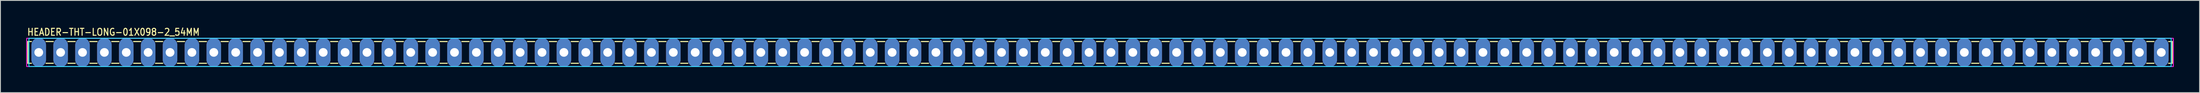
<source format=kicad_pcb>
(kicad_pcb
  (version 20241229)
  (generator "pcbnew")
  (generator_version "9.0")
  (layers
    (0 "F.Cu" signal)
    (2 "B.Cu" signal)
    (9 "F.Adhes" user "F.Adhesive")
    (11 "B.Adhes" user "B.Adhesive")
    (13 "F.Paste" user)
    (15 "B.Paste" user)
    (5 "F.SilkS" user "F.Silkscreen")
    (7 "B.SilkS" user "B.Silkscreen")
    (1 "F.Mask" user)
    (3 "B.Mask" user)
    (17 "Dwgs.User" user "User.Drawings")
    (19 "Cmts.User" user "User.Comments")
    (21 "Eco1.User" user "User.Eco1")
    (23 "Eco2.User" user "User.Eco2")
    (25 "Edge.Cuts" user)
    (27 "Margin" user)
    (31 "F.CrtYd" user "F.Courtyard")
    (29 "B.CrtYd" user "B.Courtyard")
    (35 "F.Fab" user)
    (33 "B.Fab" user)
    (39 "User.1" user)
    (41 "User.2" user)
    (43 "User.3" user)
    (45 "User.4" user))
  (footprint "HEADER-THT-LONG-01X098-2_54MM"
    (layer "F.Cu")
    (at 1.447 3.079)
    (property "Reference" "HEADER-THT-LONG-01X098-2_54MM" (at -1.4 -1.9 0) (unlocked yes) (layer "F.SilkS") (effects (font (size 0.813 0.695) (thickness 0.122)) (justify left bottom)))
    (fp_line (start -1.27 -1.27) (end -1.27 1.27) (stroke (width 0.127) (type solid)) (layer "F.SilkS"))
    (fp_line (start -1.27 1.27) (end -0.85 1.27) (stroke (width 0.127) (type solid)) (layer "F.SilkS"))
    (fp_line (start -0.85 -1.27) (end -1.27 -1.27) (stroke (width 0.127) (type solid)) (layer "F.SilkS"))
    (fp_line (start 0.85 -1.27) (end 1.69 -1.27) (stroke (width 0.127) (type solid)) (layer "F.SilkS"))
    (fp_line (start 0.85 1.27) (end 1.69 1.27) (stroke (width 0.127) (type solid)) (layer "F.SilkS"))
    (fp_line (start 3.39 -1.27) (end 4.23 -1.27) (stroke (width 0.127) (type solid)) (layer "F.SilkS"))
    (fp_line (start 3.39 1.27) (end 4.23 1.27) (stroke (width 0.127) (type solid)) (layer "F.SilkS"))
    (fp_line (start 5.93 -1.27) (end 6.77 -1.27) (stroke (width 0.127) (type solid)) (layer "F.SilkS"))
    (fp_line (start 5.93 1.27) (end 6.77 1.27) (stroke (width 0.127) (type solid)) (layer "F.SilkS"))
    (fp_line (start 8.47 -1.27) (end 9.31 -1.27) (stroke (width 0.127) (type solid)) (layer "F.SilkS"))
    (fp_line (start 8.47 1.27) (end 9.31 1.27) (stroke (width 0.127) (type solid)) (layer "F.SilkS"))
    (fp_line (start 11.01 -1.27) (end 11.85 -1.27) (stroke (width 0.127) (type solid)) (layer "F.SilkS"))
    (fp_line (start 11.01 1.27) (end 11.85 1.27) (stroke (width 0.127) (type solid)) (layer "F.SilkS"))
    (fp_line (start 13.55 -1.27) (end 14.39 -1.27) (stroke (width 0.127) (type solid)) (layer "F.SilkS"))
    (fp_line (start 13.55 1.27) (end 14.39 1.27) (stroke (width 0.127) (type solid)) (layer "F.SilkS"))
    (fp_line (start 16.09 -1.27) (end 16.93 -1.27) (stroke (width 0.127) (type solid)) (layer "F.SilkS"))
    (fp_line (start 16.09 1.27) (end 16.93 1.27) (stroke (width 0.127) (type solid)) (layer "F.SilkS"))
    (fp_line (start 18.63 -1.27) (end 19.47 -1.27) (stroke (width 0.127) (type solid)) (layer "F.SilkS"))
    (fp_line (start 18.63 1.27) (end 19.47 1.27) (stroke (width 0.127) (type solid)) (layer "F.SilkS"))
    (fp_line (start 21.17 -1.27) (end 22.01 -1.27) (stroke (width 0.127) (type solid)) (layer "F.SilkS"))
    (fp_line (start 21.17 1.27) (end 22.01 1.27) (stroke (width 0.127) (type solid)) (layer "F.SilkS"))
    (fp_line (start 23.71 -1.27) (end 24.55 -1.27) (stroke (width 0.127) (type solid)) (layer "F.SilkS"))
    (fp_line (start 23.71 1.27) (end 24.55 1.27) (stroke (width 0.127) (type solid)) (layer "F.SilkS"))
    (fp_line (start 26.25 -1.27) (end 27.09 -1.27) (stroke (width 0.127) (type solid)) (layer "F.SilkS"))
    (fp_line (start 26.25 1.27) (end 27.09 1.27) (stroke (width 0.127) (type solid)) (layer "F.SilkS"))
    (fp_line (start 28.79 -1.27) (end 29.63 -1.27) (stroke (width 0.127) (type solid)) (layer "F.SilkS"))
    (fp_line (start 28.79 1.27) (end 29.63 1.27) (stroke (width 0.127) (type solid)) (layer "F.SilkS"))
    (fp_line (start 31.33 -1.27) (end 32.17 -1.27) (stroke (width 0.127) (type solid)) (layer "F.SilkS"))
    (fp_line (start 31.33 1.27) (end 32.17 1.27) (stroke (width 0.127) (type solid)) (layer "F.SilkS"))
    (fp_line (start 33.87 -1.27) (end 34.71 -1.27) (stroke (width 0.127) (type solid)) (layer "F.SilkS"))
    (fp_line (start 33.87 1.27) (end 34.71 1.27) (stroke (width 0.127) (type solid)) (layer "F.SilkS"))
    (fp_line (start 36.41 -1.27) (end 37.25 -1.27) (stroke (width 0.127) (type solid)) (layer "F.SilkS"))
    (fp_line (start 36.41 1.27) (end 37.25 1.27) (stroke (width 0.127) (type solid)) (layer "F.SilkS"))
    (fp_line (start 38.95 -1.27) (end 39.79 -1.27) (stroke (width 0.127) (type solid)) (layer "F.SilkS"))
    (fp_line (start 38.95 1.27) (end 39.79 1.27) (stroke (width 0.127) (type solid)) (layer "F.SilkS"))
    (fp_line (start 41.49 -1.27) (end 42.33 -1.27) (stroke (width 0.127) (type solid)) (layer "F.SilkS"))
    (fp_line (start 41.49 1.27) (end 42.33 1.27) (stroke (width 0.127) (type solid)) (layer "F.SilkS"))
    (fp_line (start 44.03 -1.27) (end 44.87 -1.27) (stroke (width 0.127) (type solid)) (layer "F.SilkS"))
    (fp_line (start 44.03 1.27) (end 44.87 1.27) (stroke (width 0.127) (type solid)) (layer "F.SilkS"))
    (fp_line (start 46.57 -1.27) (end 47.41 -1.27) (stroke (width 0.127) (type solid)) (layer "F.SilkS"))
    (fp_line (start 46.57 1.27) (end 47.41 1.27) (stroke (width 0.127) (type solid)) (layer "F.SilkS"))
    (fp_line (start 49.11 -1.27) (end 49.95 -1.27) (stroke (width 0.127) (type solid)) (layer "F.SilkS"))
    (fp_line (start 49.11 1.27) (end 49.95 1.27) (stroke (width 0.127) (type solid)) (layer "F.SilkS"))
    (fp_line (start 51.65 -1.27) (end 52.49 -1.27) (stroke (width 0.127) (type solid)) (layer "F.SilkS"))
    (fp_line (start 51.65 1.27) (end 52.49 1.27) (stroke (width 0.127) (type solid)) (layer "F.SilkS"))
    (fp_line (start 54.19 -1.27) (end 55.03 -1.27) (stroke (width 0.127) (type solid)) (layer "F.SilkS"))
    (fp_line (start 54.19 1.27) (end 55.03 1.27) (stroke (width 0.127) (type solid)) (layer "F.SilkS"))
    (fp_line (start 56.73 -1.27) (end 57.57 -1.27) (stroke (width 0.127) (type solid)) (layer "F.SilkS"))
    (fp_line (start 56.73 1.27) (end 57.57 1.27) (stroke (width 0.127) (type solid)) (layer "F.SilkS"))
    (fp_line (start 59.27 -1.27) (end 60.11 -1.27) (stroke (width 0.127) (type solid)) (layer "F.SilkS"))
    (fp_line (start 59.27 1.27) (end 60.11 1.27) (stroke (width 0.127) (type solid)) (layer "F.SilkS"))
    (fp_line (start 61.81 -1.27) (end 62.65 -1.27) (stroke (width 0.127) (type solid)) (layer "F.SilkS"))
    (fp_line (start 61.81 1.27) (end 62.65 1.27) (stroke (width 0.127) (type solid)) (layer "F.SilkS"))
    (fp_line (start 64.35 -1.27) (end 65.19 -1.27) (stroke (width 0.127) (type solid)) (layer "F.SilkS"))
    (fp_line (start 64.35 1.27) (end 65.19 1.27) (stroke (width 0.127) (type solid)) (layer "F.SilkS"))
    (fp_line (start 66.89 -1.27) (end 67.73 -1.27) (stroke (width 0.127) (type solid)) (layer "F.SilkS"))
    (fp_line (start 66.89 1.27) (end 67.73 1.27) (stroke (width 0.127) (type solid)) (layer "F.SilkS"))
    (fp_line (start 69.43 -1.27) (end 70.27 -1.27) (stroke (width 0.127) (type solid)) (layer "F.SilkS"))
    (fp_line (start 69.43 1.27) (end 70.27 1.27) (stroke (width 0.127) (type solid)) (layer "F.SilkS"))
    (fp_line (start 71.97 -1.27) (end 72.81 -1.27) (stroke (width 0.127) (type solid)) (layer "F.SilkS"))
    (fp_line (start 71.97 1.27) (end 72.81 1.27) (stroke (width 0.127) (type solid)) (layer "F.SilkS"))
    (fp_line (start 74.51 -1.27) (end 75.35 -1.27) (stroke (width 0.127) (type solid)) (layer "F.SilkS"))
    (fp_line (start 74.51 1.27) (end 75.35 1.27) (stroke (width 0.127) (type solid)) (layer "F.SilkS"))
    (fp_line (start 77.05 -1.27) (end 77.89 -1.27) (stroke (width 0.127) (type solid)) (layer "F.SilkS"))
    (fp_line (start 77.05 1.27) (end 77.89 1.27) (stroke (width 0.127) (type solid)) (layer "F.SilkS"))
    (fp_line (start 79.59 -1.27) (end 80.43 -1.27) (stroke (width 0.127) (type solid)) (layer "F.SilkS"))
    (fp_line (start 79.59 1.27) (end 80.43 1.27) (stroke (width 0.127) (type solid)) (layer "F.SilkS"))
    (fp_line (start 82.13 -1.27) (end 82.97 -1.27) (stroke (width 0.127) (type solid)) (layer "F.SilkS"))
    (fp_line (start 82.13 1.27) (end 82.97 1.27) (stroke (width 0.127) (type solid)) (layer "F.SilkS"))
    (fp_line (start 84.67 -1.27) (end 85.51 -1.27) (stroke (width 0.127) (type solid)) (layer "F.SilkS"))
    (fp_line (start 84.67 1.27) (end 85.51 1.27) (stroke (width 0.127) (type solid)) (layer "F.SilkS"))
    (fp_line (start 87.21 -1.27) (end 88.05 -1.27) (stroke (width 0.127) (type solid)) (layer "F.SilkS"))
    (fp_line (start 87.21 1.27) (end 88.05 1.27) (stroke (width 0.127) (type solid)) (layer "F.SilkS"))
    (fp_line (start 89.75 -1.27) (end 90.59 -1.27) (stroke (width 0.127) (type solid)) (layer "F.SilkS"))
    (fp_line (start 89.75 1.27) (end 90.59 1.27) (stroke (width 0.127) (type solid)) (layer "F.SilkS"))
    (fp_line (start 92.29 -1.27) (end 93.13 -1.27) (stroke (width 0.127) (type solid)) (layer "F.SilkS"))
    (fp_line (start 92.29 1.27) (end 93.13 1.27) (stroke (width 0.127) (type solid)) (layer "F.SilkS"))
    (fp_line (start 94.83 -1.27) (end 95.67 -1.27) (stroke (width 0.127) (type solid)) (layer "F.SilkS"))
    (fp_line (start 94.83 1.27) (end 95.67 1.27) (stroke (width 0.127) (type solid)) (layer "F.SilkS"))
    (fp_line (start 97.37 -1.27) (end 98.21 -1.27) (stroke (width 0.127) (type solid)) (layer "F.SilkS"))
    (fp_line (start 97.37 1.27) (end 98.21 1.27) (stroke (width 0.127) (type solid)) (layer "F.SilkS"))
    (fp_line (start 99.91 -1.27) (end 100.75 -1.27) (stroke (width 0.127) (type solid)) (layer "F.SilkS"))
    (fp_line (start 99.91 1.27) (end 100.75 1.27) (stroke (width 0.127) (type solid)) (layer "F.SilkS"))
    (fp_line (start 102.45 -1.27) (end 103.29 -1.27) (stroke (width 0.127) (type solid)) (layer "F.SilkS"))
    (fp_line (start 102.45 1.27) (end 103.29 1.27) (stroke (width 0.127) (type solid)) (layer "F.SilkS"))
    (fp_line (start 104.99 -1.27) (end 105.83 -1.27) (stroke (width 0.127) (type solid)) (layer "F.SilkS"))
    (fp_line (start 104.99 1.27) (end 105.83 1.27) (stroke (width 0.127) (type solid)) (layer "F.SilkS"))
    (fp_line (start 107.53 -1.27) (end 108.37 -1.27) (stroke (width 0.127) (type solid)) (layer "F.SilkS"))
    (fp_line (start 107.53 1.27) (end 108.37 1.27) (stroke (width 0.127) (type solid)) (layer "F.SilkS"))
    (fp_line (start 110.07 -1.27) (end 110.91 -1.27) (stroke (width 0.127) (type solid)) (layer "F.SilkS"))
    (fp_line (start 110.07 1.27) (end 110.91 1.27) (stroke (width 0.127) (type solid)) (layer "F.SilkS"))
    (fp_line (start 112.61 -1.27) (end 113.45 -1.27) (stroke (width 0.127) (type solid)) (layer "F.SilkS"))
    (fp_line (start 112.61 1.27) (end 113.45 1.27) (stroke (width 0.127) (type solid)) (layer "F.SilkS"))
    (fp_line (start 115.15 -1.27) (end 115.99 -1.27) (stroke (width 0.127) (type solid)) (layer "F.SilkS"))
    (fp_line (start 115.15 1.27) (end 115.99 1.27) (stroke (width 0.127) (type solid)) (layer "F.SilkS"))
    (fp_line (start 117.69 -1.27) (end 118.53 -1.27) (stroke (width 0.127) (type solid)) (layer "F.SilkS"))
    (fp_line (start 117.69 1.27) (end 118.53 1.27) (stroke (width 0.127) (type solid)) (layer "F.SilkS"))
    (fp_line (start 120.23 -1.27) (end 121.07 -1.27) (stroke (width 0.127) (type solid)) (layer "F.SilkS"))
    (fp_line (start 120.23 1.27) (end 121.07 1.27) (stroke (width 0.127) (type solid)) (layer "F.SilkS"))
    (fp_line (start 122.77 -1.27) (end 123.61 -1.27) (stroke (width 0.127) (type solid)) (layer "F.SilkS"))
    (fp_line (start 122.77 1.27) (end 123.61 1.27) (stroke (width 0.127) (type solid)) (layer "F.SilkS"))
    (fp_line (start 125.31 -1.27) (end 126.15 -1.27) (stroke (width 0.127) (type solid)) (layer "F.SilkS"))
    (fp_line (start 125.31 1.27) (end 126.15 1.27) (stroke (width 0.127) (type solid)) (layer "F.SilkS"))
    (fp_line (start 127.85 -1.27) (end 128.69 -1.27) (stroke (width 0.127) (type solid)) (layer "F.SilkS"))
    (fp_line (start 127.85 1.27) (end 128.69 1.27) (stroke (width 0.127) (type solid)) (layer "F.SilkS"))
    (fp_line (start 130.39 -1.27) (end 131.23 -1.27) (stroke (width 0.127) (type solid)) (layer "F.SilkS"))
    (fp_line (start 130.39 1.27) (end 131.23 1.27) (stroke (width 0.127) (type solid)) (layer "F.SilkS"))
    (fp_line (start 132.93 -1.27) (end 133.77 -1.27) (stroke (width 0.127) (type solid)) (layer "F.SilkS"))
    (fp_line (start 132.93 1.27) (end 133.77 1.27) (stroke (width 0.127) (type solid)) (layer "F.SilkS"))
    (fp_line (start 135.47 -1.27) (end 136.31 -1.27) (stroke (width 0.127) (type solid)) (layer "F.SilkS"))
    (fp_line (start 135.47 1.27) (end 136.31 1.27) (stroke (width 0.127) (type solid)) (layer "F.SilkS"))
    (fp_line (start 138.01 -1.27) (end 138.85 -1.27) (stroke (width 0.127) (type solid)) (layer "F.SilkS"))
    (fp_line (start 138.01 1.27) (end 138.85 1.27) (stroke (width 0.127) (type solid)) (layer "F.SilkS"))
    (fp_line (start 140.55 -1.27) (end 141.39 -1.27) (stroke (width 0.127) (type solid)) (layer "F.SilkS"))
    (fp_line (start 140.55 1.27) (end 141.39 1.27) (stroke (width 0.127) (type solid)) (layer "F.SilkS"))
    (fp_line (start 143.09 -1.27) (end 143.93 -1.27) (stroke (width 0.127) (type solid)) (layer "F.SilkS"))
    (fp_line (start 143.09 1.27) (end 143.93 1.27) (stroke (width 0.127) (type solid)) (layer "F.SilkS"))
    (fp_line (start 145.63 -1.27) (end 146.47 -1.27) (stroke (width 0.127) (type solid)) (layer "F.SilkS"))
    (fp_line (start 145.63 1.27) (end 146.47 1.27) (stroke (width 0.127) (type solid)) (layer "F.SilkS"))
    (fp_line (start 148.17 -1.27) (end 149.01 -1.27) (stroke (width 0.127) (type solid)) (layer "F.SilkS"))
    (fp_line (start 148.17 1.27) (end 149.01 1.27) (stroke (width 0.127) (type solid)) (layer "F.SilkS"))
    (fp_line (start 150.71 -1.27) (end 151.55 -1.27) (stroke (width 0.127) (type solid)) (layer "F.SilkS"))
    (fp_line (start 150.71 1.27) (end 151.55 1.27) (stroke (width 0.127) (type solid)) (layer "F.SilkS"))
    (fp_line (start 153.25 -1.27) (end 154.09 -1.27) (stroke (width 0.127) (type solid)) (layer "F.SilkS"))
    (fp_line (start 153.25 1.27) (end 154.09 1.27) (stroke (width 0.127) (type solid)) (layer "F.SilkS"))
    (fp_line (start 155.79 -1.27) (end 156.63 -1.27) (stroke (width 0.127) (type solid)) (layer "F.SilkS"))
    (fp_line (start 155.79 1.27) (end 156.63 1.27) (stroke (width 0.127) (type solid)) (layer "F.SilkS"))
    (fp_line (start 158.33 -1.27) (end 159.17 -1.27) (stroke (width 0.127) (type solid)) (layer "F.SilkS"))
    (fp_line (start 158.33 1.27) (end 159.17 1.27) (stroke (width 0.127) (type solid)) (layer "F.SilkS"))
    (fp_line (start 160.87 -1.27) (end 161.71 -1.27) (stroke (width 0.127) (type solid)) (layer "F.SilkS"))
    (fp_line (start 160.87 1.27) (end 161.71 1.27) (stroke (width 0.127) (type solid)) (layer "F.SilkS"))
    (fp_line (start 163.41 -1.27) (end 164.25 -1.27) (stroke (width 0.127) (type solid)) (layer "F.SilkS"))
    (fp_line (start 163.41 1.27) (end 164.25 1.27) (stroke (width 0.127) (type solid)) (layer "F.SilkS"))
    (fp_line (start 165.95 -1.27) (end 166.79 -1.27) (stroke (width 0.127) (type solid)) (layer "F.SilkS"))
    (fp_line (start 165.95 1.27) (end 166.79 1.27) (stroke (width 0.127) (type solid)) (layer "F.SilkS"))
    (fp_line (start 168.49 -1.27) (end 169.33 -1.27) (stroke (width 0.127) (type solid)) (layer "F.SilkS"))
    (fp_line (start 168.49 1.27) (end 169.33 1.27) (stroke (width 0.127) (type solid)) (layer "F.SilkS"))
    (fp_line (start 171.03 -1.27) (end 171.87 -1.27) (stroke (width 0.127) (type solid)) (layer "F.SilkS"))
    (fp_line (start 171.03 1.27) (end 171.87 1.27) (stroke (width 0.127) (type solid)) (layer "F.SilkS"))
    (fp_line (start 173.57 -1.27) (end 174.41 -1.27) (stroke (width 0.127) (type solid)) (layer "F.SilkS"))
    (fp_line (start 173.57 1.27) (end 174.41 1.27) (stroke (width 0.127) (type solid)) (layer "F.SilkS"))
    (fp_line (start 176.11 -1.27) (end 176.95 -1.27) (stroke (width 0.127) (type solid)) (layer "F.SilkS"))
    (fp_line (start 176.11 1.27) (end 176.95 1.27) (stroke (width 0.127) (type solid)) (layer "F.SilkS"))
    (fp_line (start 178.65 -1.27) (end 179.49 -1.27) (stroke (width 0.127) (type solid)) (layer "F.SilkS"))
    (fp_line (start 178.65 1.27) (end 179.49 1.27) (stroke (width 0.127) (type solid)) (layer "F.SilkS"))
    (fp_line (start 181.19 -1.27) (end 182.03 -1.27) (stroke (width 0.127) (type solid)) (layer "F.SilkS"))
    (fp_line (start 181.19 1.27) (end 182.03 1.27) (stroke (width 0.127) (type solid)) (layer "F.SilkS"))
    (fp_line (start 183.73 -1.27) (end 184.57 -1.27) (stroke (width 0.127) (type solid)) (layer "F.SilkS"))
    (fp_line (start 183.73 1.27) (end 184.57 1.27) (stroke (width 0.127) (type solid)) (layer "F.SilkS"))
    (fp_line (start 186.27 -1.27) (end 187.11 -1.27) (stroke (width 0.127) (type solid)) (layer "F.SilkS"))
    (fp_line (start 186.27 1.27) (end 187.11 1.27) (stroke (width 0.127) (type solid)) (layer "F.SilkS"))
    (fp_line (start 188.81 -1.27) (end 189.65 -1.27) (stroke (width 0.127) (type solid)) (layer "F.SilkS"))
    (fp_line (start 188.81 1.27) (end 189.65 1.27) (stroke (width 0.127) (type solid)) (layer "F.SilkS"))
    (fp_line (start 191.35 -1.27) (end 192.19 -1.27) (stroke (width 0.127) (type solid)) (layer "F.SilkS"))
    (fp_line (start 191.35 1.27) (end 192.19 1.27) (stroke (width 0.127) (type solid)) (layer "F.SilkS"))
    (fp_line (start 193.89 -1.27) (end 194.73 -1.27) (stroke (width 0.127) (type solid)) (layer "F.SilkS"))
    (fp_line (start 193.89 1.27) (end 194.73 1.27) (stroke (width 0.127) (type solid)) (layer "F.SilkS"))
    (fp_line (start 196.43 -1.27) (end 197.27 -1.27) (stroke (width 0.127) (type solid)) (layer "F.SilkS"))
    (fp_line (start 196.43 1.27) (end 197.27 1.27) (stroke (width 0.127) (type solid)) (layer "F.SilkS"))
    (fp_line (start 198.97 -1.27) (end 199.81 -1.27) (stroke (width 0.127) (type solid)) (layer "F.SilkS"))
    (fp_line (start 198.97 1.27) (end 199.81 1.27) (stroke (width 0.127) (type solid)) (layer "F.SilkS"))
    (fp_line (start 201.51 -1.27) (end 202.35 -1.27) (stroke (width 0.127) (type solid)) (layer "F.SilkS"))
    (fp_line (start 201.51 1.27) (end 202.35 1.27) (stroke (width 0.127) (type solid)) (layer "F.SilkS"))
    (fp_line (start 204.05 -1.27) (end 204.89 -1.27) (stroke (width 0.127) (type solid)) (layer "F.SilkS"))
    (fp_line (start 204.05 1.27) (end 204.89 1.27) (stroke (width 0.127) (type solid)) (layer "F.SilkS"))
    (fp_line (start 206.59 -1.27) (end 207.43 -1.27) (stroke (width 0.127) (type solid)) (layer "F.SilkS"))
    (fp_line (start 206.59 1.27) (end 207.43 1.27) (stroke (width 0.127) (type solid)) (layer "F.SilkS"))
    (fp_line (start 209.13 -1.27) (end 209.97 -1.27) (stroke (width 0.127) (type solid)) (layer "F.SilkS"))
    (fp_line (start 209.13 1.27) (end 209.97 1.27) (stroke (width 0.127) (type solid)) (layer "F.SilkS"))
    (fp_line (start 211.67 -1.27) (end 212.51 -1.27) (stroke (width 0.127) (type solid)) (layer "F.SilkS"))
    (fp_line (start 211.67 1.27) (end 212.51 1.27) (stroke (width 0.127) (type solid)) (layer "F.SilkS"))
    (fp_line (start 214.21 -1.27) (end 215.05 -1.27) (stroke (width 0.127) (type solid)) (layer "F.SilkS"))
    (fp_line (start 214.21 1.27) (end 215.05 1.27) (stroke (width 0.127) (type solid)) (layer "F.SilkS"))
    (fp_line (start 216.75 -1.27) (end 217.59 -1.27) (stroke (width 0.127) (type solid)) (layer "F.SilkS"))
    (fp_line (start 216.75 1.27) (end 217.59 1.27) (stroke (width 0.127) (type solid)) (layer "F.SilkS"))
    (fp_line (start 219.29 -1.27) (end 220.13 -1.27) (stroke (width 0.127) (type solid)) (layer "F.SilkS"))
    (fp_line (start 219.29 1.27) (end 220.13 1.27) (stroke (width 0.127) (type solid)) (layer "F.SilkS"))
    (fp_line (start 221.83 -1.27) (end 222.67 -1.27) (stroke (width 0.127) (type solid)) (layer "F.SilkS"))
    (fp_line (start 221.83 1.27) (end 222.67 1.27) (stroke (width 0.127) (type solid)) (layer "F.SilkS"))
    (fp_line (start 224.37 -1.27) (end 225.21 -1.27) (stroke (width 0.127) (type solid)) (layer "F.SilkS"))
    (fp_line (start 224.37 1.27) (end 225.21 1.27) (stroke (width 0.127) (type solid)) (layer "F.SilkS"))
    (fp_line (start 226.91 -1.27) (end 227.75 -1.27) (stroke (width 0.127) (type solid)) (layer "F.SilkS"))
    (fp_line (start 226.91 1.27) (end 227.75 1.27) (stroke (width 0.127) (type solid)) (layer "F.SilkS"))
    (fp_line (start 229.45 -1.27) (end 230.29 -1.27) (stroke (width 0.127) (type solid)) (layer "F.SilkS"))
    (fp_line (start 229.45 1.27) (end 230.29 1.27) (stroke (width 0.127) (type solid)) (layer "F.SilkS"))
    (fp_line (start 231.99 -1.27) (end 232.83 -1.27) (stroke (width 0.127) (type solid)) (layer "F.SilkS"))
    (fp_line (start 231.99 1.27) (end 232.83 1.27) (stroke (width 0.127) (type solid)) (layer "F.SilkS"))
    (fp_line (start 234.53 -1.27) (end 235.37 -1.27) (stroke (width 0.127) (type solid)) (layer "F.SilkS"))
    (fp_line (start 234.53 1.27) (end 235.37 1.27) (stroke (width 0.127) (type solid)) (layer "F.SilkS"))
    (fp_line (start 237.07 -1.27) (end 237.91 -1.27) (stroke (width 0.127) (type solid)) (layer "F.SilkS"))
    (fp_line (start 237.07 1.27) (end 237.91 1.27) (stroke (width 0.127) (type solid)) (layer "F.SilkS"))
    (fp_line (start 239.61 -1.27) (end 240.45 -1.27) (stroke (width 0.127) (type solid)) (layer "F.SilkS"))
    (fp_line (start 239.61 1.27) (end 240.45 1.27) (stroke (width 0.127) (type solid)) (layer "F.SilkS"))
    (fp_line (start 242.15 -1.27) (end 242.99 -1.27) (stroke (width 0.127) (type solid)) (layer "F.SilkS"))
    (fp_line (start 242.15 1.27) (end 242.99 1.27) (stroke (width 0.127) (type solid)) (layer "F.SilkS"))
    (fp_line (start 244.69 -1.27) (end 245.53 -1.27) (stroke (width 0.127) (type solid)) (layer "F.SilkS"))
    (fp_line (start 244.69 1.27) (end 245.53 1.27) (stroke (width 0.127) (type solid)) (layer "F.SilkS"))
    (fp_line (start 247.23 -1.27) (end 247.65 -1.27) (stroke (width 0.127) (type solid)) (layer "F.SilkS"))
    (fp_line (start 247.65 -1.27) (end 247.65 1.27) (stroke (width 0.127) (type solid)) (layer "F.SilkS"))
    (fp_line (start 247.65 1.27) (end 247.23 1.27) (stroke (width 0.127) (type solid)) (layer "F.SilkS"))
    (fp_poly (pts (xy -1.143 -1.651) (xy 247.523 -1.651) (xy 247.523 1.651) (xy -1.143 1.651)) (stroke (width 0.1) (type solid)) (fill no) (layer "B.CrtYd"))
    (fp_poly (pts (xy -1.397 -1.651) (xy 247.777 -1.651) (xy 247.777 1.651) (xy -1.397 1.651)) (stroke (width 0.1) (type solid)) (fill no) (layer "F.CrtYd"))
    (pad "1" thru_hole oval (at 0 0 90) (size 3.387 1.693) (drill 1.016) (layers "*.Cu" "*.Mask"))
    (pad "2" thru_hole oval (at 2.54 0 90) (size 3.387 1.693) (drill 1.016) (layers "*.Cu" "*.Mask"))
    (pad "3" thru_hole oval (at 5.08 0 90) (size 3.387 1.693) (drill 1.016) (layers "*.Cu" "*.Mask"))
    (pad "4" thru_hole oval (at 7.62 0 90) (size 3.387 1.693) (drill 1.016) (layers "*.Cu" "*.Mask"))
    (pad "5" thru_hole oval (at 10.16 0 90) (size 3.387 1.693) (drill 1.016) (layers "*.Cu" "*.Mask"))
    (pad "6" thru_hole oval (at 12.7 0 90) (size 3.387 1.693) (drill 1.016) (layers "*.Cu" "*.Mask"))
    (pad "7" thru_hole oval (at 15.24 0 90) (size 3.387 1.693) (drill 1.016) (layers "*.Cu" "*.Mask"))
    (pad "8" thru_hole oval (at 17.78 0 90) (size 3.387 1.693) (drill 1.016) (layers "*.Cu" "*.Mask"))
    (pad "9" thru_hole oval (at 20.32 0 90) (size 3.387 1.693) (drill 1.016) (layers "*.Cu" "*.Mask"))
    (pad "10" thru_hole oval (at 22.86 0 90) (size 3.387 1.693) (drill 1.016) (layers "*.Cu" "*.Mask"))
    (pad "11" thru_hole oval (at 25.4 0 90) (size 3.387 1.693) (drill 1.016) (layers "*.Cu" "*.Mask"))
    (pad "12" thru_hole oval (at 27.94 0 90) (size 3.387 1.693) (drill 1.016) (layers "*.Cu" "*.Mask"))
    (pad "13" thru_hole oval (at 30.48 0 90) (size 3.387 1.693) (drill 1.016) (layers "*.Cu" "*.Mask"))
    (pad "14" thru_hole oval (at 33.02 0 90) (size 3.387 1.693) (drill 1.016) (layers "*.Cu" "*.Mask"))
    (pad "15" thru_hole oval (at 35.56 0 90) (size 3.387 1.693) (drill 1.016) (layers "*.Cu" "*.Mask"))
    (pad "16" thru_hole oval (at 38.1 0 90) (size 3.387 1.693) (drill 1.016) (layers "*.Cu" "*.Mask"))
    (pad "17" thru_hole oval (at 40.64 0 90) (size 3.387 1.693) (drill 1.016) (layers "*.Cu" "*.Mask"))
    (pad "18" thru_hole oval (at 43.18 0 90) (size 3.387 1.693) (drill 1.016) (layers "*.Cu" "*.Mask"))
    (pad "19" thru_hole oval (at 45.72 0 90) (size 3.387 1.693) (drill 1.016) (layers "*.Cu" "*.Mask"))
    (pad "20" thru_hole oval (at 48.26 0 90) (size 3.387 1.693) (drill 1.016) (layers "*.Cu" "*.Mask"))
    (pad "21" thru_hole oval (at 50.8 0 90) (size 3.387 1.693) (drill 1.016) (layers "*.Cu" "*.Mask"))
    (pad "22" thru_hole oval (at 53.34 0 90) (size 3.387 1.693) (drill 1.016) (layers "*.Cu" "*.Mask"))
    (pad "23" thru_hole oval (at 55.88 0 90) (size 3.387 1.693) (drill 1.016) (layers "*.Cu" "*.Mask"))
    (pad "24" thru_hole oval (at 58.42 0 90) (size 3.387 1.693) (drill 1.016) (layers "*.Cu" "*.Mask"))
    (pad "25" thru_hole oval (at 60.96 0 90) (size 3.387 1.693) (drill 1.016) (layers "*.Cu" "*.Mask"))
    (pad "26" thru_hole oval (at 63.5 0 90) (size 3.387 1.693) (drill 1.016) (layers "*.Cu" "*.Mask"))
    (pad "27" thru_hole oval (at 66.04 0 90) (size 3.387 1.693) (drill 1.016) (layers "*.Cu" "*.Mask"))
    (pad "28" thru_hole oval (at 68.58 0 90) (size 3.387 1.693) (drill 1.016) (layers "*.Cu" "*.Mask"))
    (pad "29" thru_hole oval (at 71.12 0 90) (size 3.387 1.693) (drill 1.016) (layers "*.Cu" "*.Mask"))
    (pad "30" thru_hole oval (at 73.66 0 90) (size 3.387 1.693) (drill 1.016) (layers "*.Cu" "*.Mask"))
    (pad "31" thru_hole oval (at 76.2 0 90) (size 3.387 1.693) (drill 1.016) (layers "*.Cu" "*.Mask"))
    (pad "32" thru_hole oval (at 78.74 0 90) (size 3.387 1.693) (drill 1.016) (layers "*.Cu" "*.Mask"))
    (pad "33" thru_hole oval (at 81.28 0 90) (size 3.387 1.693) (drill 1.016) (layers "*.Cu" "*.Mask"))
    (pad "34" thru_hole oval (at 83.82 0 90) (size 3.387 1.693) (drill 1.016) (layers "*.Cu" "*.Mask"))
    (pad "35" thru_hole oval (at 86.36 0 90) (size 3.387 1.693) (drill 1.016) (layers "*.Cu" "*.Mask"))
    (pad "36" thru_hole oval (at 88.9 0 90) (size 3.387 1.693) (drill 1.016) (layers "*.Cu" "*.Mask"))
    (pad "37" thru_hole oval (at 91.44 0 90) (size 3.387 1.693) (drill 1.016) (layers "*.Cu" "*.Mask"))
    (pad "38" thru_hole oval (at 93.98 0 90) (size 3.387 1.693) (drill 1.016) (layers "*.Cu" "*.Mask"))
    (pad "39" thru_hole oval (at 96.52 0 90) (size 3.387 1.693) (drill 1.016) (layers "*.Cu" "*.Mask"))
    (pad "40" thru_hole oval (at 99.06 0 90) (size 3.387 1.693) (drill 1.016) (layers "*.Cu" "*.Mask"))
    (pad "41" thru_hole oval (at 101.6 0 90) (size 3.387 1.693) (drill 1.016) (layers "*.Cu" "*.Mask"))
    (pad "42" thru_hole oval (at 104.14 0 90) (size 3.387 1.693) (drill 1.016) (layers "*.Cu" "*.Mask"))
    (pad "43" thru_hole oval (at 106.68 0 90) (size 3.387 1.693) (drill 1.016) (layers "*.Cu" "*.Mask"))
    (pad "44" thru_hole oval (at 109.22 0 90) (size 3.387 1.693) (drill 1.016) (layers "*.Cu" "*.Mask"))
    (pad "45" thru_hole oval (at 111.76 0 90) (size 3.387 1.693) (drill 1.016) (layers "*.Cu" "*.Mask"))
    (pad "46" thru_hole oval (at 114.3 0 90) (size 3.387 1.693) (drill 1.016) (layers "*.Cu" "*.Mask"))
    (pad "47" thru_hole oval (at 116.84 0 90) (size 3.387 1.693) (drill 1.016) (layers "*.Cu" "*.Mask"))
    (pad "48" thru_hole oval (at 119.38 0 90) (size 3.387 1.693) (drill 1.016) (layers "*.Cu" "*.Mask"))
    (pad "49" thru_hole oval (at 121.92 0 90) (size 3.387 1.693) (drill 1.016) (layers "*.Cu" "*.Mask"))
    (pad "50" thru_hole oval (at 124.46 0 90) (size 3.387 1.693) (drill 1.016) (layers "*.Cu" "*.Mask"))
    (pad "51" thru_hole oval (at 127 0 90) (size 3.387 1.693) (drill 1.016) (layers "*.Cu" "*.Mask"))
    (pad "52" thru_hole oval (at 129.54 0 90) (size 3.387 1.693) (drill 1.016) (layers "*.Cu" "*.Mask"))
    (pad "53" thru_hole oval (at 132.08 0 90) (size 3.387 1.693) (drill 1.016) (layers "*.Cu" "*.Mask"))
    (pad "54" thru_hole oval (at 134.62 0 90) (size 3.387 1.693) (drill 1.016) (layers "*.Cu" "*.Mask"))
    (pad "55" thru_hole oval (at 137.16 0 90) (size 3.387 1.693) (drill 1.016) (layers "*.Cu" "*.Mask"))
    (pad "56" thru_hole oval (at 139.7 0 90) (size 3.387 1.693) (drill 1.016) (layers "*.Cu" "*.Mask"))
    (pad "57" thru_hole oval (at 142.24 0 90) (size 3.387 1.693) (drill 1.016) (layers "*.Cu" "*.Mask"))
    (pad "58" thru_hole oval (at 144.78 0 90) (size 3.387 1.693) (drill 1.016) (layers "*.Cu" "*.Mask"))
    (pad "59" thru_hole oval (at 147.32 0 90) (size 3.387 1.693) (drill 1.016) (layers "*.Cu" "*.Mask"))
    (pad "60" thru_hole oval (at 149.86 0 90) (size 3.387 1.693) (drill 1.016) (layers "*.Cu" "*.Mask"))
    (pad "61" thru_hole oval (at 152.4 0 90) (size 3.387 1.693) (drill 1.016) (layers "*.Cu" "*.Mask"))
    (pad "62" thru_hole oval (at 154.94 0 90) (size 3.387 1.693) (drill 1.016) (layers "*.Cu" "*.Mask"))
    (pad "63" thru_hole oval (at 157.48 0 90) (size 3.387 1.693) (drill 1.016) (layers "*.Cu" "*.Mask"))
    (pad "64" thru_hole oval (at 160.02 0 90) (size 3.387 1.693) (drill 1.016) (layers "*.Cu" "*.Mask"))
    (pad "65" thru_hole oval (at 162.56 0 90) (size 3.387 1.693) (drill 1.016) (layers "*.Cu" "*.Mask"))
    (pad "66" thru_hole oval (at 165.1 0 90) (size 3.387 1.693) (drill 1.016) (layers "*.Cu" "*.Mask"))
    (pad "67" thru_hole oval (at 167.64 0 90) (size 3.387 1.693) (drill 1.016) (layers "*.Cu" "*.Mask"))
    (pad "68" thru_hole oval (at 170.18 0 90) (size 3.387 1.693) (drill 1.016) (layers "*.Cu" "*.Mask"))
    (pad "69" thru_hole oval (at 172.72 0 90) (size 3.387 1.693) (drill 1.016) (layers "*.Cu" "*.Mask"))
    (pad "70" thru_hole oval (at 175.26 0 90) (size 3.387 1.693) (drill 1.016) (layers "*.Cu" "*.Mask"))
    (pad "71" thru_hole oval (at 177.8 0 90) (size 3.387 1.693) (drill 1.016) (layers "*.Cu" "*.Mask"))
    (pad "72" thru_hole oval (at 180.34 0 90) (size 3.387 1.693) (drill 1.016) (layers "*.Cu" "*.Mask"))
    (pad "73" thru_hole oval (at 182.88 0 90) (size 3.387 1.693) (drill 1.016) (layers "*.Cu" "*.Mask"))
    (pad "74" thru_hole oval (at 185.42 0 90) (size 3.387 1.693) (drill 1.016) (layers "*.Cu" "*.Mask"))
    (pad "75" thru_hole oval (at 187.96 0 90) (size 3.387 1.693) (drill 1.016) (layers "*.Cu" "*.Mask"))
    (pad "76" thru_hole oval (at 190.5 0 90) (size 3.387 1.693) (drill 1.016) (layers "*.Cu" "*.Mask"))
    (pad "77" thru_hole oval (at 193.04 0 90) (size 3.387 1.693) (drill 1.016) (layers "*.Cu" "*.Mask"))
    (pad "78" thru_hole oval (at 195.58 0 90) (size 3.387 1.693) (drill 1.016) (layers "*.Cu" "*.Mask"))
    (pad "79" thru_hole oval (at 198.12 0 90) (size 3.387 1.693) (drill 1.016) (layers "*.Cu" "*.Mask"))
    (pad "80" thru_hole oval (at 200.66 0 90) (size 3.387 1.693) (drill 1.016) (layers "*.Cu" "*.Mask"))
    (pad "81" thru_hole oval (at 203.2 0 90) (size 3.387 1.693) (drill 1.016) (layers "*.Cu" "*.Mask"))
    (pad "82" thru_hole oval (at 205.74 0 90) (size 3.387 1.693) (drill 1.016) (layers "*.Cu" "*.Mask"))
    (pad "83" thru_hole oval (at 208.28 0 90) (size 3.387 1.693) (drill 1.016) (layers "*.Cu" "*.Mask"))
    (pad "84" thru_hole oval (at 210.82 0 90) (size 3.387 1.693) (drill 1.016) (layers "*.Cu" "*.Mask"))
    (pad "85" thru_hole oval (at 213.36 0 90) (size 3.387 1.693) (drill 1.016) (layers "*.Cu" "*.Mask"))
    (pad "86" thru_hole oval (at 215.9 0 90) (size 3.387 1.693) (drill 1.016) (layers "*.Cu" "*.Mask"))
    (pad "87" thru_hole oval (at 218.44 0 90) (size 3.387 1.693) (drill 1.016) (layers "*.Cu" "*.Mask"))
    (pad "88" thru_hole oval (at 220.98 0 90) (size 3.387 1.693) (drill 1.016) (layers "*.Cu" "*.Mask"))
    (pad "89" thru_hole oval (at 223.52 0 90) (size 3.387 1.693) (drill 1.016) (layers "*.Cu" "*.Mask"))
    (pad "90" thru_hole oval (at 226.06 0 90) (size 3.387 1.693) (drill 1.016) (layers "*.Cu" "*.Mask"))
    (pad "91" thru_hole oval (at 228.6 0 90) (size 3.387 1.693) (drill 1.016) (layers "*.Cu" "*.Mask"))
    (pad "92" thru_hole oval (at 231.14 0 90) (size 3.387 1.693) (drill 1.016) (layers "*.Cu" "*.Mask"))
    (pad "93" thru_hole oval (at 233.68 0 90) (size 3.387 1.693) (drill 1.016) (layers "*.Cu" "*.Mask"))
    (pad "94" thru_hole oval (at 236.22 0 90) (size 3.387 1.693) (drill 1.016) (layers "*.Cu" "*.Mask"))
    (pad "95" thru_hole oval (at 238.76 0 90) (size 3.387 1.693) (drill 1.016) (layers "*.Cu" "*.Mask"))
    (pad "96" thru_hole oval (at 241.3 0 90) (size 3.387 1.693) (drill 1.016) (layers "*.Cu" "*.Mask"))
    (pad "97" thru_hole oval (at 243.84 0 90) (size 3.387 1.693) (drill 1.016) (layers "*.Cu" "*.Mask"))
    (pad "98" thru_hole oval (at 246.38 0 90) (size 3.387 1.693) (drill 1.016) (layers "*.Cu" "*.Mask")))
  (gr_rect
    (start -3 -3)
    (end 252.274 7.78)
    (stroke (width 0.1) (type default))
    (fill no)
    (layer "Edge.Cuts")))
</source>
